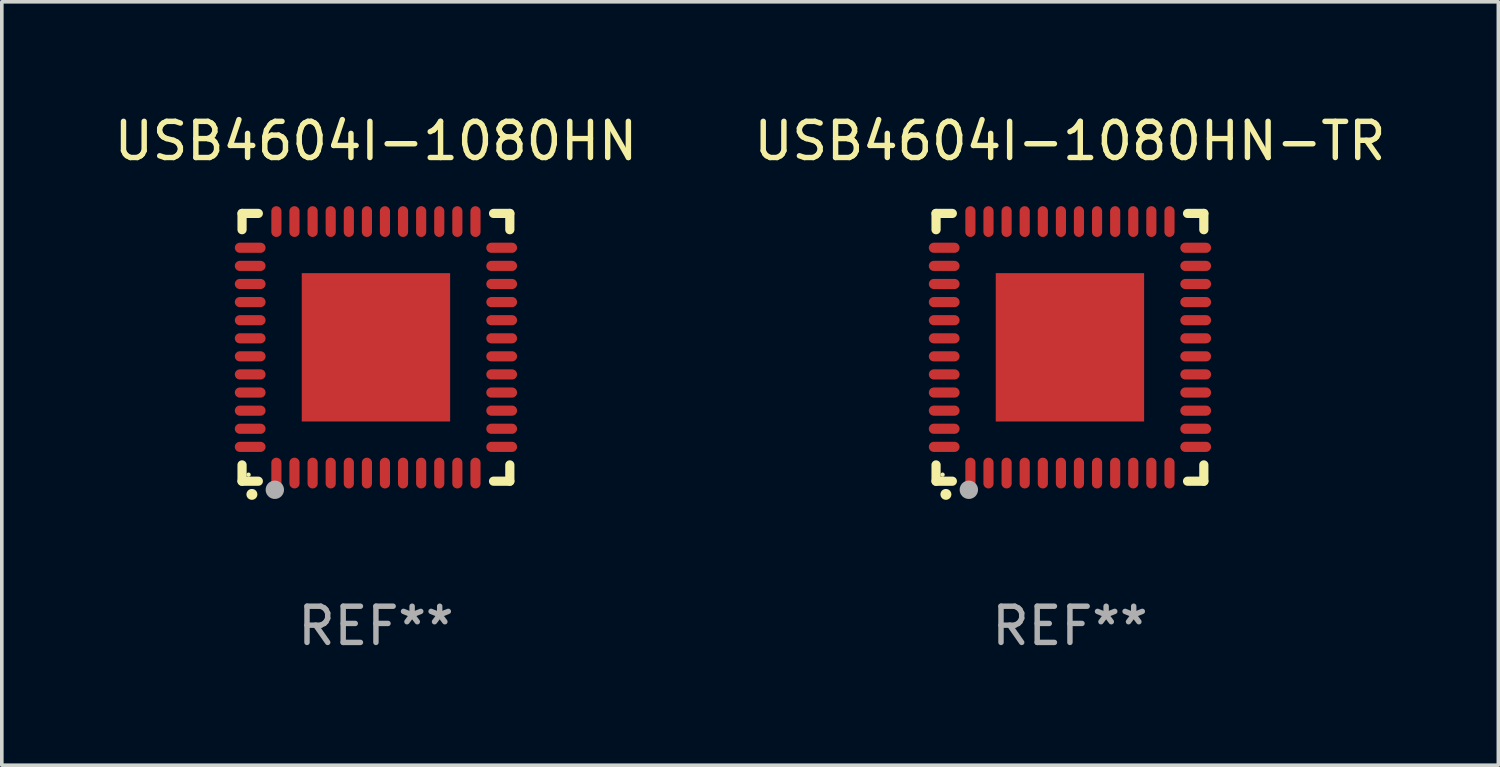
<source format=kicad_pcb>
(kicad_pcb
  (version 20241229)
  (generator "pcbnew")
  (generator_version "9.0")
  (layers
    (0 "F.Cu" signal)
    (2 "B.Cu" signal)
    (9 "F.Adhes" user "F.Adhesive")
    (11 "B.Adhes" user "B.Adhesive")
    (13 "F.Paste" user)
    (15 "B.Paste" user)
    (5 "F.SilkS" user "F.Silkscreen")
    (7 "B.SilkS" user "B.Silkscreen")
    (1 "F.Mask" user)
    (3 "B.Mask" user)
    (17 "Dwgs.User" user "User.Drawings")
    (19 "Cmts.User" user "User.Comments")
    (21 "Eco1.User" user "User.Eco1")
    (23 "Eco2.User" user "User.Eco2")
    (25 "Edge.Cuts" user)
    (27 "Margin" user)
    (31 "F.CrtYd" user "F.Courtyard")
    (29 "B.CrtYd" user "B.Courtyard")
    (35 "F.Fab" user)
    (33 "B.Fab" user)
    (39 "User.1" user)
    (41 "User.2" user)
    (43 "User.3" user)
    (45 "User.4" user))
  (footprint "USB4604I-1080HN-TR"
    (layer "F.Cu")
    (at 26.518 6.548)
    (property "Reference" "USB4604I-1080HN-TR" (at 0 -5.7 0) (layer "F.SilkS") (effects (font (size 1 1) (thickness 0.15))))
    (attr through_hole)
    (fp_line (start -3.7 -3.7) (end -3.25 -3.7) (stroke (width 0.254) (type solid)) (layer "F.SilkS"))
    (fp_line (start -3.7 -3.25) (end -3.7 -3.7) (stroke (width 0.254) (type solid)) (layer "F.SilkS"))
    (fp_line (start -3.7 3.7) (end -3.7 3.25) (stroke (width 0.254) (type solid)) (layer "F.SilkS"))
    (fp_line (start -3.25 3.7) (end -3.7 3.7) (stroke (width 0.254) (type solid)) (layer "F.SilkS"))
    (fp_line (start 3.25 3.7) (end 3.7 3.7) (stroke (width 0.254) (type solid)) (layer "F.SilkS"))
    (fp_line (start 3.7 -3.7) (end 3.25 -3.7) (stroke (width 0.254) (type solid)) (layer "F.SilkS"))
    (fp_line (start 3.7 -3.25) (end 3.7 -3.7) (stroke (width 0.254) (type solid)) (layer "F.SilkS"))
    (fp_line (start 3.7 3.7) (end 3.7 3.25) (stroke (width 0.254) (type solid)) (layer "F.SilkS"))
    (fp_arc (start -3.429108 4.06411) (mid -3.427838 4.064105) (end -3.426568 4.06411) (stroke (width 0.3) (type solid)) (layer "F.SilkS"))
    (fp_circle (center -3.52 3.52) (end -3.49 3.52) (stroke (width 0.06) (type solid)) (fill no) (layer "F.SilkS"))
    (fp_circle (center -2.794 3.937) (end -2.667 3.937) (stroke (width 0.254) (type solid)) (fill no) (layer "F.Fab"))
    (fp_text user "REF**" (at 0 7.7 0) (layer "F.Fab") (effects (font (size 1 1) (thickness 0.15))))
    (pad "1" smd oval (at -2.751 3.475) (size 0.28 0.85) (layers "F.Cu" "F.Mask" "F.Paste"))
    (pad "2" smd oval (at -2.251 3.475) (size 0.28 0.85) (layers "F.Cu" "F.Mask" "F.Paste"))
    (pad "3" smd oval (at -1.75 3.475) (size 0.28 0.85) (layers "F.Cu" "F.Mask" "F.Paste"))
    (pad "4" smd oval (at -1.25 3.475) (size 0.28 0.85) (layers "F.Cu" "F.Mask" "F.Paste"))
    (pad "5" smd oval (at -0.749 3.475) (size 0.28 0.85) (layers "F.Cu" "F.Mask" "F.Paste"))
    (pad "6" smd oval (at -0.249 3.475) (size 0.28 0.85) (layers "F.Cu" "F.Mask" "F.Paste"))
    (pad "7" smd oval (at 0.249 3.475) (size 0.28 0.85) (layers "F.Cu" "F.Mask" "F.Paste"))
    (pad "8" smd oval (at 0.749 3.475) (size 0.28 0.85) (layers "F.Cu" "F.Mask" "F.Paste"))
    (pad "9" smd oval (at 1.25 3.475) (size 0.28 0.85) (layers "F.Cu" "F.Mask" "F.Paste"))
    (pad "10" smd oval (at 1.75 3.475) (size 0.28 0.85) (layers "F.Cu" "F.Mask" "F.Paste"))
    (pad "11" smd oval (at 2.25 3.475) (size 0.28 0.85) (layers "F.Cu" "F.Mask" "F.Paste"))
    (pad "12" smd oval (at 2.751 3.475) (size 0.28 0.85) (layers "F.Cu" "F.Mask" "F.Paste"))
    (pad "13" smd oval (at 3.475 2.751) (size 0.85 0.28) (layers "F.Cu" "F.Mask" "F.Paste"))
    (pad "14" smd oval (at 3.475 2.251) (size 0.85 0.28) (layers "F.Cu" "F.Mask" "F.Paste"))
    (pad "15" smd oval (at 3.475 1.75) (size 0.85 0.28) (layers "F.Cu" "F.Mask" "F.Paste"))
    (pad "16" smd oval (at 3.475 1.25) (size 0.85 0.28) (layers "F.Cu" "F.Mask" "F.Paste"))
    (pad "17" smd oval (at 3.475 0.749) (size 0.85 0.28) (layers "F.Cu" "F.Mask" "F.Paste"))
    (pad "18" smd oval (at 3.475 0.249) (size 0.85 0.28) (layers "F.Cu" "F.Mask" "F.Paste"))
    (pad "19" smd oval (at 3.475 -0.249) (size 0.85 0.28) (layers "F.Cu" "F.Mask" "F.Paste"))
    (pad "20" smd oval (at 3.475 -0.749) (size 0.85 0.28) (layers "F.Cu" "F.Mask" "F.Paste"))
    (pad "21" smd oval (at 3.475 -1.25) (size 0.85 0.28) (layers "F.Cu" "F.Mask" "F.Paste"))
    (pad "22" smd oval (at 3.475 -1.75) (size 0.85 0.28) (layers "F.Cu" "F.Mask" "F.Paste"))
    (pad "23" smd oval (at 3.475 -2.25) (size 0.85 0.28) (layers "F.Cu" "F.Mask" "F.Paste"))
    (pad "24" smd oval (at 3.475 -2.751) (size 0.85 0.28) (layers "F.Cu" "F.Mask" "F.Paste"))
    (pad "25" smd oval (at 2.751 -3.475) (size 0.28 0.85) (layers "F.Cu" "F.Mask" "F.Paste"))
    (pad "26" smd oval (at 2.25 -3.475) (size 0.28 0.85) (layers "F.Cu" "F.Mask" "F.Paste"))
    (pad "27" smd oval (at 1.75 -3.475) (size 0.28 0.85) (layers "F.Cu" "F.Mask" "F.Paste"))
    (pad "28" smd oval (at 1.25 -3.475) (size 0.28 0.85) (layers "F.Cu" "F.Mask" "F.Paste"))
    (pad "29" smd oval (at 0.749 -3.475) (size 0.28 0.85) (layers "F.Cu" "F.Mask" "F.Paste"))
    (pad "30" smd oval (at 0.249 -3.475) (size 0.28 0.85) (layers "F.Cu" "F.Mask" "F.Paste"))
    (pad "31" smd oval (at -0.249 -3.475) (size 0.28 0.85) (layers "F.Cu" "F.Mask" "F.Paste"))
    (pad "32" smd oval (at -0.749 -3.475) (size 0.28 0.85) (layers "F.Cu" "F.Mask" "F.Paste"))
    (pad "33" smd oval (at -1.25 -3.475) (size 0.28 0.85) (layers "F.Cu" "F.Mask" "F.Paste"))
    (pad "34" smd oval (at -1.75 -3.475) (size 0.28 0.85) (layers "F.Cu" "F.Mask" "F.Paste"))
    (pad "35" smd oval (at -2.251 -3.475) (size 0.28 0.85) (layers "F.Cu" "F.Mask" "F.Paste"))
    (pad "36" smd oval (at -2.751 -3.475) (size 0.28 0.85) (layers "F.Cu" "F.Mask" "F.Paste"))
    (pad "37" smd oval (at -3.475 -2.751) (size 0.85 0.28) (layers "F.Cu" "F.Mask" "F.Paste"))
    (pad "38" smd oval (at -3.475 -2.25) (size 0.85 0.28) (layers "F.Cu" "F.Mask" "F.Paste"))
    (pad "39" smd oval (at -3.475 -1.75) (size 0.85 0.28) (layers "F.Cu" "F.Mask" "F.Paste"))
    (pad "40" smd oval (at -3.475 -1.25) (size 0.85 0.28) (layers "F.Cu" "F.Mask" "F.Paste"))
    (pad "41" smd oval (at -3.475 -0.749) (size 0.85 0.28) (layers "F.Cu" "F.Mask" "F.Paste"))
    (pad "42" smd oval (at -3.475 -0.249) (size 0.85 0.28) (layers "F.Cu" "F.Mask" "F.Paste"))
    (pad "43" smd oval (at -3.475 0.249) (size 0.85 0.28) (layers "F.Cu" "F.Mask" "F.Paste"))
    (pad "44" smd oval (at -3.475 0.749) (size 0.85 0.28) (layers "F.Cu" "F.Mask" "F.Paste"))
    (pad "45" smd oval (at -3.475 1.25) (size 0.85 0.28) (layers "F.Cu" "F.Mask" "F.Paste"))
    (pad "46" smd oval (at -3.475 1.75) (size 0.85 0.28) (layers "F.Cu" "F.Mask" "F.Paste"))
    (pad "47" smd oval (at -3.475 2.251) (size 0.85 0.28) (layers "F.Cu" "F.Mask" "F.Paste"))
    (pad "48" smd oval (at -3.475 2.751) (size 0.85 0.28) (layers "F.Cu" "F.Mask" "F.Paste"))
    (pad "49" smd rect (at -0.000102 0.000102) (size 4.1 4.1) (layers "F.Cu" "F.Mask" "F.Paste")))
  (footprint "USB4604I-1080HN"
    (layer "F.Cu")
    (at 7.339 6.548)
    (property "Reference" "USB4604I-1080HN" (at 0 -5.7 0) (layer "F.SilkS") (effects (font (size 1 1) (thickness 0.15))))
    (attr through_hole)
    (fp_line (start -3.7 -3.7) (end -3.25 -3.7) (stroke (width 0.254) (type solid)) (layer "F.SilkS"))
    (fp_line (start -3.7 -3.25) (end -3.7 -3.7) (stroke (width 0.254) (type solid)) (layer "F.SilkS"))
    (fp_line (start -3.7 3.7) (end -3.7 3.25) (stroke (width 0.254) (type solid)) (layer "F.SilkS"))
    (fp_line (start -3.25 3.7) (end -3.7 3.7) (stroke (width 0.254) (type solid)) (layer "F.SilkS"))
    (fp_line (start 3.25 3.7) (end 3.7 3.7) (stroke (width 0.254) (type solid)) (layer "F.SilkS"))
    (fp_line (start 3.7 -3.7) (end 3.25 -3.7) (stroke (width 0.254) (type solid)) (layer "F.SilkS"))
    (fp_line (start 3.7 -3.25) (end 3.7 -3.7) (stroke (width 0.254) (type solid)) (layer "F.SilkS"))
    (fp_line (start 3.7 3.7) (end 3.7 3.25) (stroke (width 0.254) (type solid)) (layer "F.SilkS"))
    (fp_arc (start -3.429108 4.06411) (mid -3.427838 4.064105) (end -3.426568 4.06411) (stroke (width 0.3) (type solid)) (layer "F.SilkS"))
    (fp_circle (center -3.52 3.52) (end -3.49 3.52) (stroke (width 0.06) (type solid)) (fill no) (layer "F.SilkS"))
    (fp_circle (center -2.794 3.937) (end -2.667 3.937) (stroke (width 0.254) (type solid)) (fill no) (layer "F.Fab"))
    (fp_text user "REF**" (at 0 7.7 0) (layer "F.Fab") (effects (font (size 1 1) (thickness 0.15))))
    (pad "1" smd oval (at -2.751 3.475) (size 0.28 0.85) (layers "F.Cu" "F.Mask" "F.Paste"))
    (pad "2" smd oval (at -2.251 3.475) (size 0.28 0.85) (layers "F.Cu" "F.Mask" "F.Paste"))
    (pad "3" smd oval (at -1.75 3.475) (size 0.28 0.85) (layers "F.Cu" "F.Mask" "F.Paste"))
    (pad "4" smd oval (at -1.25 3.475) (size 0.28 0.85) (layers "F.Cu" "F.Mask" "F.Paste"))
    (pad "5" smd oval (at -0.749 3.475) (size 0.28 0.85) (layers "F.Cu" "F.Mask" "F.Paste"))
    (pad "6" smd oval (at -0.249 3.475) (size 0.28 0.85) (layers "F.Cu" "F.Mask" "F.Paste"))
    (pad "7" smd oval (at 0.249 3.475) (size 0.28 0.85) (layers "F.Cu" "F.Mask" "F.Paste"))
    (pad "8" smd oval (at 0.749 3.475) (size 0.28 0.85) (layers "F.Cu" "F.Mask" "F.Paste"))
    (pad "9" smd oval (at 1.25 3.475) (size 0.28 0.85) (layers "F.Cu" "F.Mask" "F.Paste"))
    (pad "10" smd oval (at 1.75 3.475) (size 0.28 0.85) (layers "F.Cu" "F.Mask" "F.Paste"))
    (pad "11" smd oval (at 2.25 3.475) (size 0.28 0.85) (layers "F.Cu" "F.Mask" "F.Paste"))
    (pad "12" smd oval (at 2.751 3.475) (size 0.28 0.85) (layers "F.Cu" "F.Mask" "F.Paste"))
    (pad "13" smd oval (at 3.475 2.751) (size 0.85 0.28) (layers "F.Cu" "F.Mask" "F.Paste"))
    (pad "14" smd oval (at 3.475 2.251) (size 0.85 0.28) (layers "F.Cu" "F.Mask" "F.Paste"))
    (pad "15" smd oval (at 3.475 1.75) (size 0.85 0.28) (layers "F.Cu" "F.Mask" "F.Paste"))
    (pad "16" smd oval (at 3.475 1.25) (size 0.85 0.28) (layers "F.Cu" "F.Mask" "F.Paste"))
    (pad "17" smd oval (at 3.475 0.749) (size 0.85 0.28) (layers "F.Cu" "F.Mask" "F.Paste"))
    (pad "18" smd oval (at 3.475 0.249) (size 0.85 0.28) (layers "F.Cu" "F.Mask" "F.Paste"))
    (pad "19" smd oval (at 3.475 -0.249) (size 0.85 0.28) (layers "F.Cu" "F.Mask" "F.Paste"))
    (pad "20" smd oval (at 3.475 -0.749) (size 0.85 0.28) (layers "F.Cu" "F.Mask" "F.Paste"))
    (pad "21" smd oval (at 3.475 -1.25) (size 0.85 0.28) (layers "F.Cu" "F.Mask" "F.Paste"))
    (pad "22" smd oval (at 3.475 -1.75) (size 0.85 0.28) (layers "F.Cu" "F.Mask" "F.Paste"))
    (pad "23" smd oval (at 3.475 -2.25) (size 0.85 0.28) (layers "F.Cu" "F.Mask" "F.Paste"))
    (pad "24" smd oval (at 3.475 -2.751) (size 0.85 0.28) (layers "F.Cu" "F.Mask" "F.Paste"))
    (pad "25" smd oval (at 2.751 -3.475) (size 0.28 0.85) (layers "F.Cu" "F.Mask" "F.Paste"))
    (pad "26" smd oval (at 2.25 -3.475) (size 0.28 0.85) (layers "F.Cu" "F.Mask" "F.Paste"))
    (pad "27" smd oval (at 1.75 -3.475) (size 0.28 0.85) (layers "F.Cu" "F.Mask" "F.Paste"))
    (pad "28" smd oval (at 1.25 -3.475) (size 0.28 0.85) (layers "F.Cu" "F.Mask" "F.Paste"))
    (pad "29" smd oval (at 0.749 -3.475) (size 0.28 0.85) (layers "F.Cu" "F.Mask" "F.Paste"))
    (pad "30" smd oval (at 0.249 -3.475) (size 0.28 0.85) (layers "F.Cu" "F.Mask" "F.Paste"))
    (pad "31" smd oval (at -0.249 -3.475) (size 0.28 0.85) (layers "F.Cu" "F.Mask" "F.Paste"))
    (pad "32" smd oval (at -0.749 -3.475) (size 0.28 0.85) (layers "F.Cu" "F.Mask" "F.Paste"))
    (pad "33" smd oval (at -1.25 -3.475) (size 0.28 0.85) (layers "F.Cu" "F.Mask" "F.Paste"))
    (pad "34" smd oval (at -1.75 -3.475) (size 0.28 0.85) (layers "F.Cu" "F.Mask" "F.Paste"))
    (pad "35" smd oval (at -2.251 -3.475) (size 0.28 0.85) (layers "F.Cu" "F.Mask" "F.Paste"))
    (pad "36" smd oval (at -2.751 -3.475) (size 0.28 0.85) (layers "F.Cu" "F.Mask" "F.Paste"))
    (pad "37" smd oval (at -3.475 -2.751) (size 0.85 0.28) (layers "F.Cu" "F.Mask" "F.Paste"))
    (pad "38" smd oval (at -3.475 -2.25) (size 0.85 0.28) (layers "F.Cu" "F.Mask" "F.Paste"))
    (pad "39" smd oval (at -3.475 -1.75) (size 0.85 0.28) (layers "F.Cu" "F.Mask" "F.Paste"))
    (pad "40" smd oval (at -3.475 -1.25) (size 0.85 0.28) (layers "F.Cu" "F.Mask" "F.Paste"))
    (pad "41" smd oval (at -3.475 -0.749) (size 0.85 0.28) (layers "F.Cu" "F.Mask" "F.Paste"))
    (pad "42" smd oval (at -3.475 -0.249) (size 0.85 0.28) (layers "F.Cu" "F.Mask" "F.Paste"))
    (pad "43" smd oval (at -3.475 0.249) (size 0.85 0.28) (layers "F.Cu" "F.Mask" "F.Paste"))
    (pad "44" smd oval (at -3.475 0.749) (size 0.85 0.28) (layers "F.Cu" "F.Mask" "F.Paste"))
    (pad "45" smd oval (at -3.475 1.25) (size 0.85 0.28) (layers "F.Cu" "F.Mask" "F.Paste"))
    (pad "46" smd oval (at -3.475 1.75) (size 0.85 0.28) (layers "F.Cu" "F.Mask" "F.Paste"))
    (pad "47" smd oval (at -3.475 2.251) (size 0.85 0.28) (layers "F.Cu" "F.Mask" "F.Paste"))
    (pad "48" smd oval (at -3.475 2.751) (size 0.85 0.28) (layers "F.Cu" "F.Mask" "F.Paste"))
    (pad "49" smd rect (at -0.000102 0.000102) (size 4.1 4.1) (layers "F.Cu" "F.Mask" "F.Paste")))
  (gr_rect
    (start -3 -3)
    (end 38.357 18.097)
    (stroke (width 0.1) (type default))
    (fill no)
    (layer "Edge.Cuts")))
</source>
